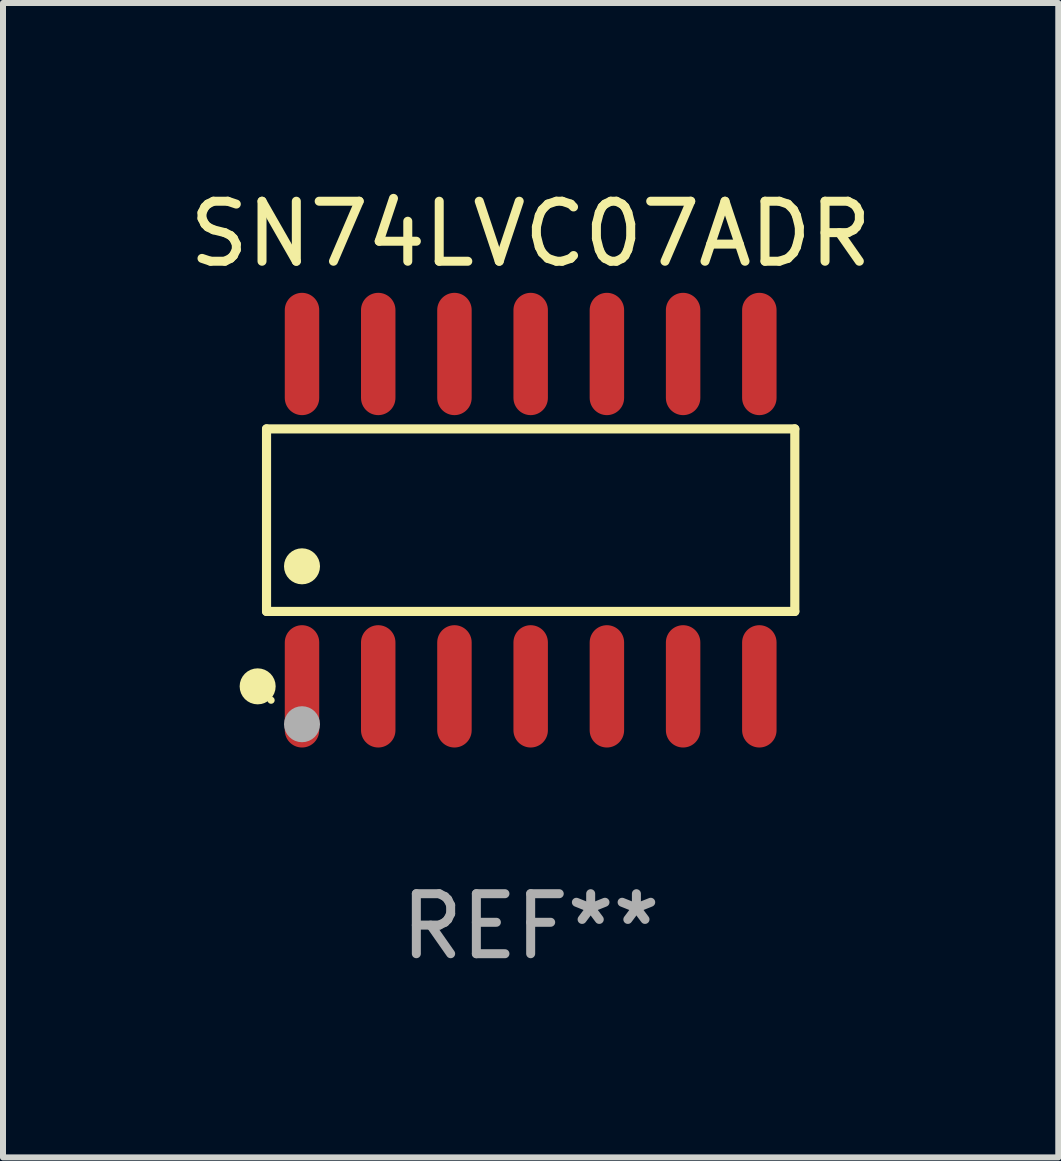
<source format=kicad_pcb>
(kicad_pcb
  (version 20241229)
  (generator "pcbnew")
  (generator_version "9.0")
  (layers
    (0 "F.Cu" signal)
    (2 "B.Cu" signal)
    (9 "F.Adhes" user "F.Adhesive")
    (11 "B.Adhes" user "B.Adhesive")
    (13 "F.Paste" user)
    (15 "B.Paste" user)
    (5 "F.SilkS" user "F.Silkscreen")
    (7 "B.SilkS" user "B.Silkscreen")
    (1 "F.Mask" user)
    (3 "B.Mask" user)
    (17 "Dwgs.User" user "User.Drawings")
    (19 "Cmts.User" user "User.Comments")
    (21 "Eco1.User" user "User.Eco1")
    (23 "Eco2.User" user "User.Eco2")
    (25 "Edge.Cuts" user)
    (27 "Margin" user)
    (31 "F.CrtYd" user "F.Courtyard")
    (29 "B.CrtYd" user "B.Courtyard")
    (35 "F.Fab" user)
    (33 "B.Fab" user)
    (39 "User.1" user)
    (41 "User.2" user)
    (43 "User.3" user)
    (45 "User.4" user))
  (footprint "SN74LVC07ADR"
    (layer "F.Cu")
    (at 5.792 5.617)
    (property "Reference" "SN74LVC07ADR" (at 0 -4.769 0) (layer "F.SilkS") (effects (font (size 1 1) (thickness 0.15))))
    (attr through_hole)
    (fp_line (start -4.401 -1.521) (end 4.401 -1.521) (stroke (width 0.152) (type solid)) (layer "F.SilkS"))
    (fp_line (start -4.401 1.521) (end -4.401 -1.521) (stroke (width 0.152) (type solid)) (layer "F.SilkS"))
    (fp_line (start 4.401 -1.521) (end 4.401 1.521) (stroke (width 0.152) (type solid)) (layer "F.SilkS"))
    (fp_line (start 4.401 1.521) (end -4.401 1.521) (stroke (width 0.152) (type solid)) (layer "F.SilkS"))
    (fp_circle (center -4.549 2.769) (end -4.399 2.769) (stroke (width 0.3) (type solid)) (fill no) (layer "F.SilkS"))
    (fp_circle (center -4.325 3) (end -4.295 3) (stroke (width 0.06) (type solid)) (fill no) (layer "F.SilkS"))
    (fp_circle (center -3.81 0.769) (end -3.66 0.769) (stroke (width 0.3) (type solid)) (fill no) (layer "F.SilkS"))
    (fp_circle (center -3.81 3.4) (end -3.66 3.4) (stroke (width 0.3) (type solid)) (fill no) (layer "F.Fab"))
    (fp_text user "REF**" (at 0 6.769 0) (layer "F.Fab") (effects (font (size 1 1) (thickness 0.15))))
    (pad "1" smd oval (at -3.81 2.769) (size 0.574 2.038) (layers "F.Cu" "F.Mask" "F.Paste"))
    (pad "2" smd oval (at -2.54 2.769) (size 0.574 2.038) (layers "F.Cu" "F.Mask" "F.Paste"))
    (pad "3" smd oval (at -1.27 2.769) (size 0.574 2.038) (layers "F.Cu" "F.Mask" "F.Paste"))
    (pad "4" smd oval (at 0 2.769) (size 0.574 2.038) (layers "F.Cu" "F.Mask" "F.Paste"))
    (pad "5" smd oval (at 1.27 2.769) (size 0.574 2.038) (layers "F.Cu" "F.Mask" "F.Paste"))
    (pad "6" smd oval (at 2.54 2.769) (size 0.574 2.038) (layers "F.Cu" "F.Mask" "F.Paste"))
    (pad "7" smd oval (at 3.81 2.769) (size 0.574 2.038) (layers "F.Cu" "F.Mask" "F.Paste"))
    (pad "8" smd oval (at 3.81 -2.769) (size 0.574 2.038) (layers "F.Cu" "F.Mask" "F.Paste"))
    (pad "9" smd oval (at 2.54 -2.769) (size 0.574 2.038) (layers "F.Cu" "F.Mask" "F.Paste"))
    (pad "10" smd oval (at 1.27 -2.769) (size 0.574 2.038) (layers "F.Cu" "F.Mask" "F.Paste"))
    (pad "11" smd oval (at 0 -2.769) (size 0.574 2.038) (layers "F.Cu" "F.Mask" "F.Paste"))
    (pad "12" smd oval (at -1.27 -2.769) (size 0.574 2.038) (layers "F.Cu" "F.Mask" "F.Paste"))
    (pad "13" smd oval (at -2.54 -2.769) (size 0.574 2.038) (layers "F.Cu" "F.Mask" "F.Paste"))
    (pad "14" smd oval (at -3.81 -2.769) (size 0.574 2.038) (layers "F.Cu" "F.Mask" "F.Paste")))
  (gr_rect
    (start -3 -3)
    (end 14.583 16.235)
    (stroke (width 0.1) (type default))
    (fill no)
    (layer "Edge.Cuts")))
</source>
